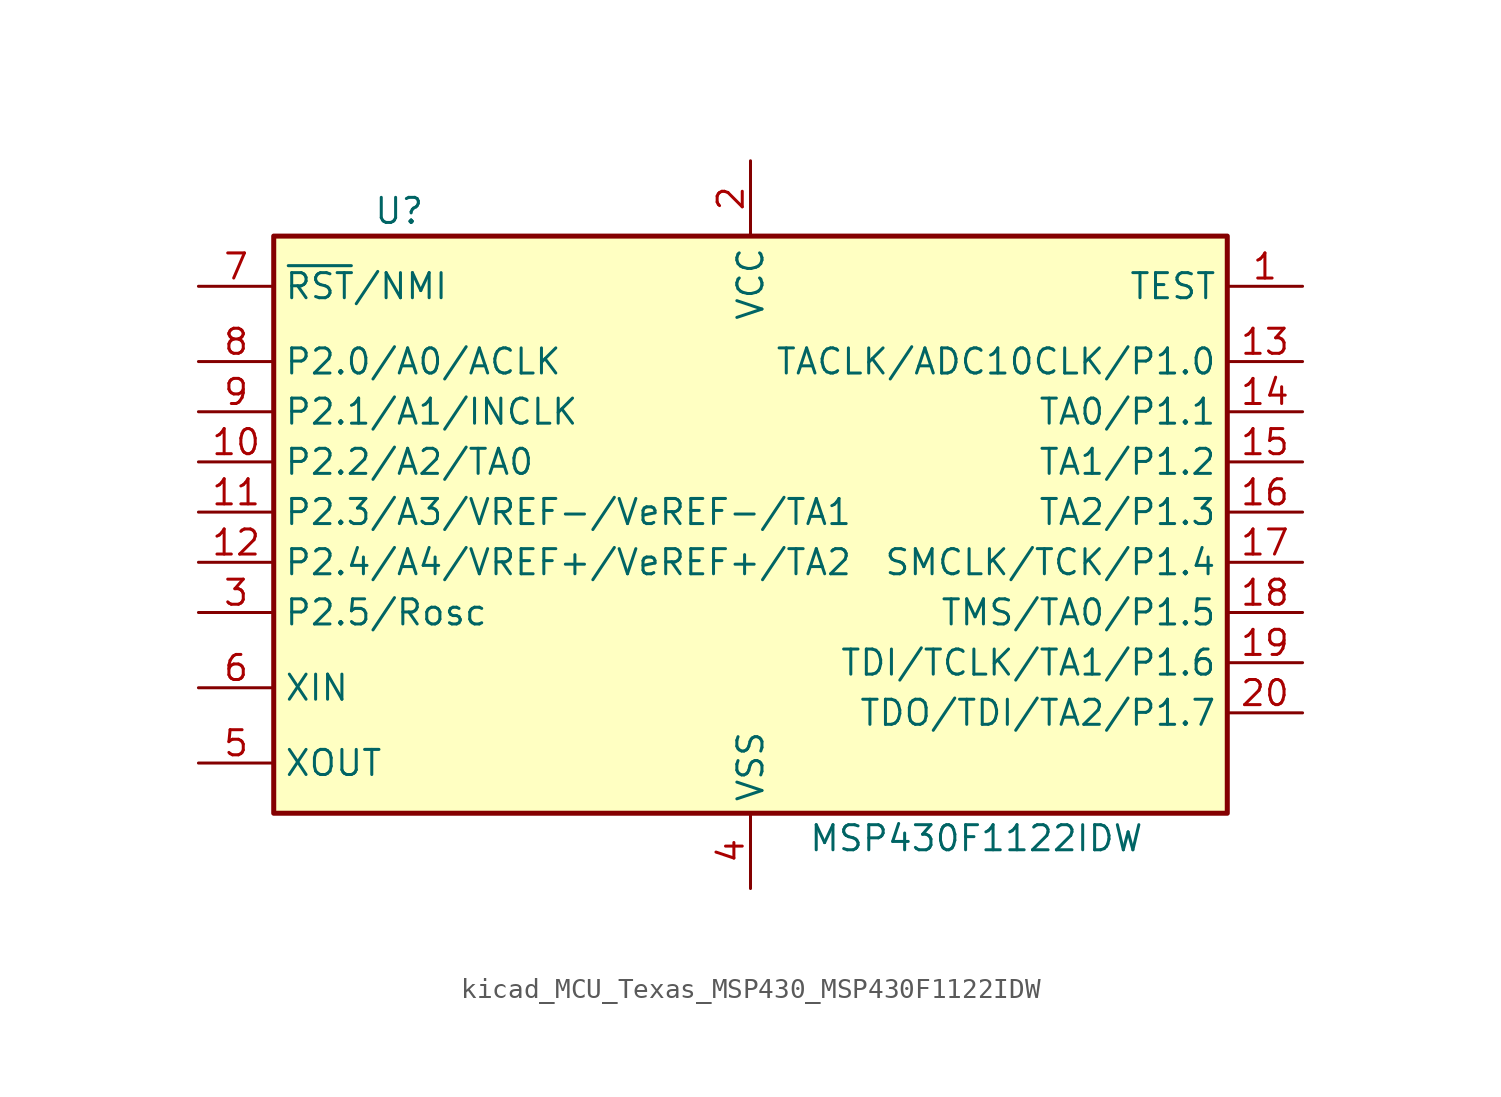
<source format=kicad_sym>
(kicad_symbol_lib
  (version 20220914)
  (generator kicad_symbol_editor)
  (symbol "kicad_MCU_Texas_MSP430_MSP430F1122IDW"
    (property "Reference" "U"
      (at -17.78 15.24 0)
      (effects (font (size 1.27 1.27))))
    (property "Value" "MSP430F1122IDW"
      (at 11.43 -16.51 0)
      (effects (font (size 1.27 1.27))))
    (symbol "kicad_MCU_Texas_MSP430_MSP430F1122IDW_0_1"
      (rectangle (start -24.13 13.97) (end 24.13 -15.24) (stroke (width 0.254) (type default)) (fill (type background))))
    (symbol "kicad_MCU_Texas_MSP430_MSP430F1122IDW_1_1"
      (pin input line (at 27.94 11.43 180) (length 3.81) (name "TEST" (effects (font (size 1.27 1.27)))) (number "1" (effects (font (size 1.27 1.27)))))
      (pin bidirectional line (at -27.94 2.54 0) (length 3.81) (name "P2.2/A2/TA0" (effects (font (size 1.27 1.27)))) (number "10" (effects (font (size 1.27 1.27)))))
      (pin bidirectional line (at -27.94 0 0) (length 3.81) (name "P2.3/A3/VREF-/VeREF-/TA1" (effects (font (size 1.27 1.27)))) (number "11" (effects (font (size 1.27 1.27)))))
      (pin bidirectional line (at -27.94 -2.54 0) (length 3.81) (name "P2.4/A4/VREF+/VeREF+/TA2" (effects (font (size 1.27 1.27)))) (number "12" (effects (font (size 1.27 1.27)))))
      (pin bidirectional line (at 27.94 7.62 180) (length 3.81) (name "TACLK/ADC10CLK/P1.0" (effects (font (size 1.27 1.27)))) (number "13" (effects (font (size 1.27 1.27)))))
      (pin bidirectional line (at 27.94 5.08 180) (length 3.81) (name "TA0/P1.1" (effects (font (size 1.27 1.27)))) (number "14" (effects (font (size 1.27 1.27)))))
      (pin bidirectional line (at 27.94 2.54 180) (length 3.81) (name "TA1/P1.2" (effects (font (size 1.27 1.27)))) (number "15" (effects (font (size 1.27 1.27)))))
      (pin bidirectional line (at 27.94 0 180) (length 3.81) (name "TA2/P1.3" (effects (font (size 1.27 1.27)))) (number "16" (effects (font (size 1.27 1.27)))))
      (pin bidirectional line (at 27.94 -2.54 180) (length 3.81) (name "SMCLK/TCK/P1.4" (effects (font (size 1.27 1.27)))) (number "17" (effects (font (size 1.27 1.27)))))
      (pin bidirectional line (at 27.94 -5.08 180) (length 3.81) (name "TMS/TA0/P1.5" (effects (font (size 1.27 1.27)))) (number "18" (effects (font (size 1.27 1.27)))))
      (pin bidirectional line (at 27.94 -7.62 180) (length 3.81) (name "TDI/TCLK/TA1/P1.6" (effects (font (size 1.27 1.27)))) (number "19" (effects (font (size 1.27 1.27)))))
      (pin power_in line (at 0 17.78 270) (length 3.81) (name "VCC" (effects (font (size 1.27 1.27)))) (number "2" (effects (font (size 1.27 1.27)))))
      (pin bidirectional line (at 27.94 -10.16 180) (length 3.81) (name "TDO/TDI/TA2/P1.7" (effects (font (size 1.27 1.27)))) (number "20" (effects (font (size 1.27 1.27)))))
      (pin bidirectional line (at -27.94 -5.08 0) (length 3.81) (name "P2.5/Rosc" (effects (font (size 1.27 1.27)))) (number "3" (effects (font (size 1.27 1.27)))))
      (pin power_in line (at 0 -19.05 90) (length 3.81) (name "VSS" (effects (font (size 1.27 1.27)))) (number "4" (effects (font (size 1.27 1.27)))))
      (pin output line (at -27.94 -12.7 0) (length 3.81) (name "XOUT" (effects (font (size 1.27 1.27)))) (number "5" (effects (font (size 1.27 1.27)))))
      (pin input line (at -27.94 -8.89 0) (length 3.81) (name "XIN" (effects (font (size 1.27 1.27)))) (number "6" (effects (font (size 1.27 1.27)))))
      (pin input line (at -27.94 11.43 0) (length 3.81) (name "~{RST}/NMI" (effects (font (size 1.27 1.27)))) (number "7" (effects (font (size 1.27 1.27)))))
      (pin bidirectional line (at -27.94 7.62 0) (length 3.81) (name "P2.0/A0/ACLK" (effects (font (size 1.27 1.27)))) (number "8" (effects (font (size 1.27 1.27)))))
      (pin bidirectional line (at -27.94 5.08 0) (length 3.81) (name "P2.1/A1/INCLK" (effects (font (size 1.27 1.27)))) (number "9" (effects (font (size 1.27 1.27))))))))
</source>
